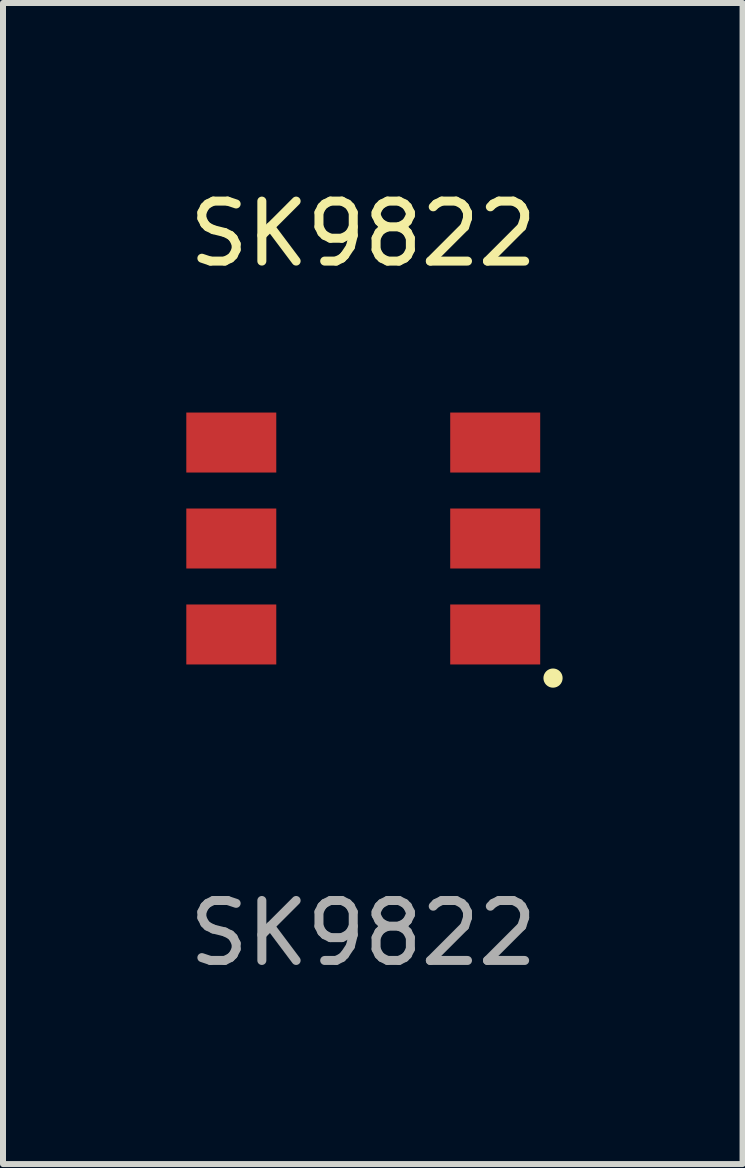
<source format=kicad_pcb>
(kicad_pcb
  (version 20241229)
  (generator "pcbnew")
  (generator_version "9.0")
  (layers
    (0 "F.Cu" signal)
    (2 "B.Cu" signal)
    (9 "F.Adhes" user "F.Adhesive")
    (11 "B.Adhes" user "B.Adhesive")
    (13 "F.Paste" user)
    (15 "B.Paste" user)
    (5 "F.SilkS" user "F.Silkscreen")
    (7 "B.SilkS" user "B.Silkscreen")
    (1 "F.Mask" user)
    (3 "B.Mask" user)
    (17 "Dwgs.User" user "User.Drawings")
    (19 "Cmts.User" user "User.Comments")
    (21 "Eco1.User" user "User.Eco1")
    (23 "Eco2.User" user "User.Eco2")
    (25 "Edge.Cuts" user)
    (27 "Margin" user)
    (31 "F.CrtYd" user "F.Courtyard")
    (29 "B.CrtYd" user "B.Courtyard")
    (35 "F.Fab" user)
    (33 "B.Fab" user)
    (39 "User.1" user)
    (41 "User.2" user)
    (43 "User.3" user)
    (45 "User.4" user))
  (footprint "SK9822"
    (layer "F.Cu")
    (at 3.006 5.928)
    (property "Reference" "SK9822" (at 0 -5.08 0) (unlocked yes) (layer "F.SilkS") (effects (font (size 1 1) (thickness 0.15))))
    (attr through_hole)
    (fp_circle (center 3.164 2.327) (end 3.264 2.327) (stroke (width 0.12) (type solid)) (fill yes) (layer "F.SilkS"))
    (fp_text user "${REFERENCE}" (at 0 6.58 0) (unlocked yes) (layer "F.Fab") (effects (font (size 1 1) (thickness 0.15))))
    (pad "1" smd rect (at 2.2 1.6) (size 1.5 1) (layers "F.Cu" "F.Mask" "F.Paste"))
    (pad "2" smd rect (at 2.2 0) (size 1.5 1) (layers "F.Cu" "F.Mask" "F.Paste"))
    (pad "3" smd rect (at 2.2 -1.6) (size 1.5 1) (layers "F.Cu" "F.Mask" "F.Paste"))
    (pad "4" smd rect (at -2.2 -1.6) (size 1.5 1) (layers "F.Cu" "F.Mask" "F.Paste"))
    (pad "5" smd rect (at -2.2 0) (size 1.5 1) (layers "F.Cu" "F.Mask" "F.Paste"))
    (pad "6" smd rect (at -2.2 1.6) (size 1.5 1) (layers "F.Cu" "F.Mask" "F.Paste")))
  (gr_rect
    (start -3 -3)
    (end 9.33 16.357)
    (stroke (width 0.1) (type default))
    (fill no)
    (layer "Edge.Cuts")))
</source>
